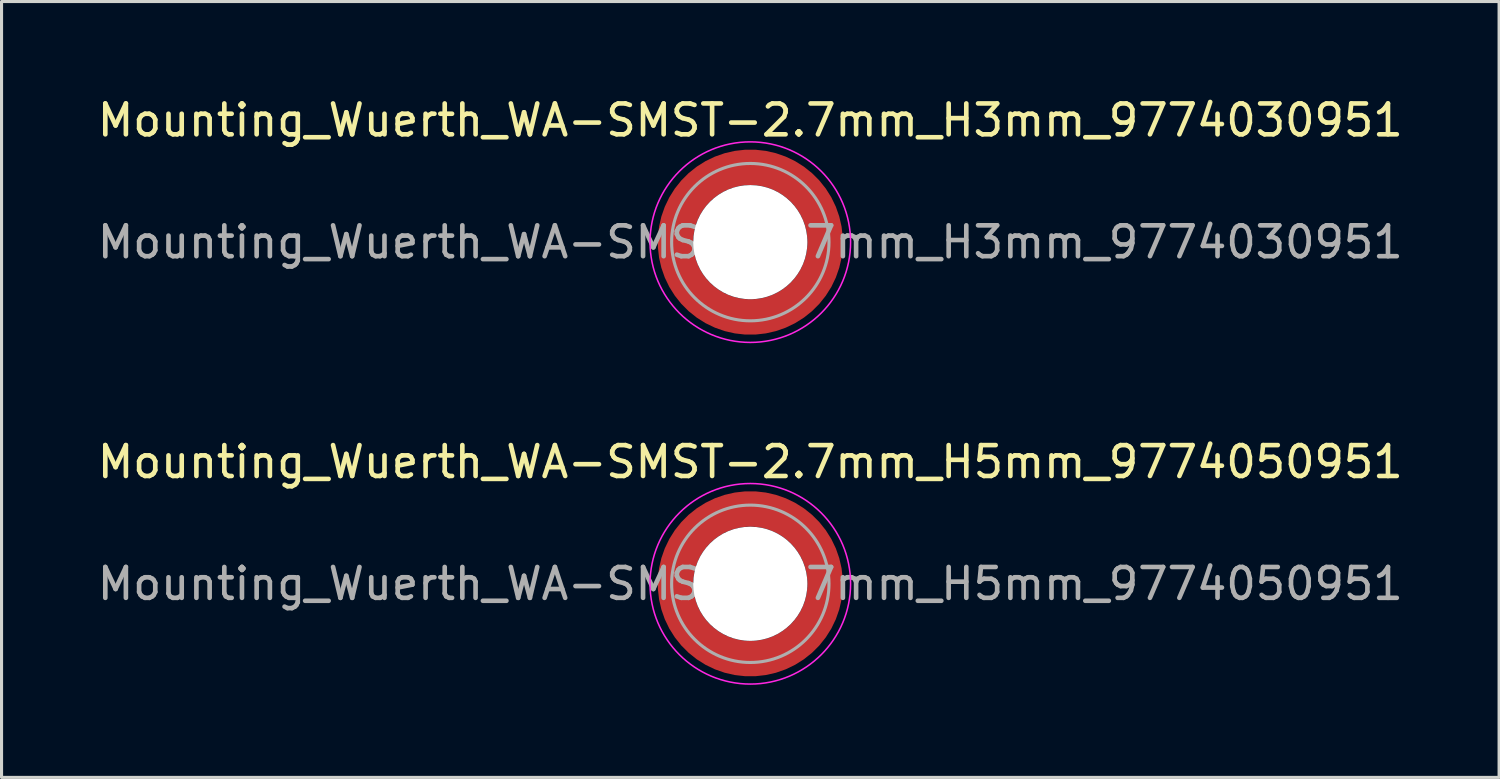
<source format=kicad_pcb>
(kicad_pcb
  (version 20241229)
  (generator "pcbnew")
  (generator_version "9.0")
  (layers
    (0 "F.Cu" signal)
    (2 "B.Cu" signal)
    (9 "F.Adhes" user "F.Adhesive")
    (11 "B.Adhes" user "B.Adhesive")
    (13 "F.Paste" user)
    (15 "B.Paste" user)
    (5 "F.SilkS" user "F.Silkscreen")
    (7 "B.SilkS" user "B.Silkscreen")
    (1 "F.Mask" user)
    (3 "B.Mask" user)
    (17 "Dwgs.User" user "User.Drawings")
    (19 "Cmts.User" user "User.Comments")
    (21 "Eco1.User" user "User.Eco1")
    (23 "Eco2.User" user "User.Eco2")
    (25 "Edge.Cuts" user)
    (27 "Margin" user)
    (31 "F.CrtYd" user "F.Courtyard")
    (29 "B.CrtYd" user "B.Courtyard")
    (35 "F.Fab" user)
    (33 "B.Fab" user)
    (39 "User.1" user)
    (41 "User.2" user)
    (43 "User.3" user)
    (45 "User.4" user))
  (footprint "Mounting_Wuerth_WA-SMST-2.7mm_H5mm_9774050951"
    (layer "F.Cu")
    (at 21.268 15.871)
    (property "Reference" "Mounting_Wuerth_WA-SMST-2.7mm_H5mm_9774050951" (at 0 -3.95 0) (layer "F.SilkS") (effects (font (size 1 1) (thickness 0.15))))
    (attr smd allow_soldermask_bridges)
    (fp_circle (center 0 0) (end 3.25 0) (stroke (width 0.05) (type solid)) (fill no) (layer "F.CrtYd"))
    (fp_circle (center 0 0) (end 2.55 0) (stroke (width 0.1) (type solid)) (fill no) (layer "F.Fab"))
    (fp_text user "${REFERENCE}" (at 0 0 0) (layer "F.Fab") (effects (font (size 1 1) (thickness 0.15))))
    (pad "" smd custom (at -1.704 -1.704) (size 0.51 0.51) (layers "F.Paste") (options (anchor circle)) (primitives (gr_arc (start -0.250195 1.279127) (mid 0.289914 0.289914) (end 1.279127 -0.250195) (width 0.2)) (gr_arc (start -0.34334 1.279127) (mid 0.225488 0.225488) (end 1.279127 -0.34334) (width 0.2)) (gr_arc (start -0.436309 1.279127) (mid 0.161063 0.161063) (end 1.279127 -0.436309) (width 0.2)) (gr_arc (start -0.529126 1.279127) (mid 0.096638 0.096638) (end 1.279127 -0.529126) (width 0.2)) (gr_arc (start -0.621807 1.279127) (mid 0.032213 0.032213) (end 1.279127 -0.621807) (width 0.2)) (gr_arc (start -0.71437 1.279127) (mid -0.032213 -0.032213) (end 1.279127 -0.71437) (width 0.2)) (gr_arc (start -0.806826 1.279127) (mid -0.096638 -0.096638) (end 1.279127 -0.806826) (width 0.2)) (gr_arc (start -0.899187 1.279127) (mid -0.161063 -0.161063) (end 1.279127 -0.899187) (width 0.2)) (gr_arc (start -0.991463 1.279127) (mid -0.225488 -0.225488) (end 1.279127 -0.991463) (width 0.2)) (gr_arc (start -1.083663 1.279127) (mid -0.289914 -0.289914) (end 1.279127 -1.083663) (width 0.2)) (gr_line (start 1.279 -0.25) (end 1.279 -1.084) (width 0.2)) (gr_line (start -0.25 1.279) (end -1.084 1.279) (width 0.2))))
    (pad "" smd custom (at -1.704 1.704) (size 0.51 0.51) (layers "F.Paste") (options (anchor circle)) (primitives (gr_arc (start 1.279127 0.250195) (mid 0.289914 -0.289914) (end -0.250195 -1.279127) (width 0.2)) (gr_arc (start 1.279127 0.34334) (mid 0.225488 -0.225488) (end -0.34334 -1.279127) (width 0.2)) (gr_arc (start 1.279127 0.436309) (mid 0.161063 -0.161063) (end -0.436309 -1.279127) (width 0.2)) (gr_arc (start 1.279127 0.529126) (mid 0.096638 -0.096638) (end -0.529126 -1.279127) (width 0.2)) (gr_arc (start 1.279127 0.621807) (mid 0.032213 -0.032213) (end -0.621807 -1.279127) (width 0.2)) (gr_arc (start 1.279127 0.71437) (mid -0.032213 0.032213) (end -0.71437 -1.279127) (width 0.2)) (gr_arc (start 1.279127 0.806826) (mid -0.096638 0.096638) (end -0.806826 -1.279127) (width 0.2)) (gr_arc (start 1.279127 0.899187) (mid -0.161063 0.161063) (end -0.899187 -1.279127) (width 0.2)) (gr_arc (start 1.279127 0.991463) (mid -0.225488 0.225488) (end -0.991463 -1.279127) (width 0.2)) (gr_arc (start 1.279127 1.083663) (mid -0.289914 0.289914) (end -1.083663 -1.279127) (width 0.2)) (gr_line (start -0.25 -1.279) (end -1.084 -1.279) (width 0.2)) (gr_line (start 1.279 0.25) (end 1.279 1.084) (width 0.2))))
    (pad "" np_thru_hole circle (at 0 0) (size 3.7 3.7) (drill 3.7) (layers "*.Cu" "*.Mask"))
    (pad "" smd custom (at 1.704 -1.704) (size 0.51 0.51) (layers "F.Paste") (options (anchor circle)) (primitives (gr_arc (start -1.279127 -0.250195) (mid -0.289914 0.289914) (end 0.250195 1.279127) (width 0.2)) (gr_arc (start -1.279127 -0.34334) (mid -0.225488 0.225488) (end 0.34334 1.279127) (width 0.2)) (gr_arc (start -1.279127 -0.436309) (mid -0.161063 0.161063) (end 0.436309 1.279127) (width 0.2)) (gr_arc (start -1.279127 -0.529126) (mid -0.096638 0.096638) (end 0.529126 1.279127) (width 0.2)) (gr_arc (start -1.279127 -0.621807) (mid -0.032213 0.032213) (end 0.621807 1.279127) (width 0.2)) (gr_arc (start -1.279127 -0.71437) (mid 0.032213 -0.032213) (end 0.71437 1.279127) (width 0.2)) (gr_arc (start -1.279127 -0.806826) (mid 0.096638 -0.096638) (end 0.806826 1.279127) (width 0.2)) (gr_arc (start -1.279127 -0.899187) (mid 0.161063 -0.161063) (end 0.899187 1.279127) (width 0.2)) (gr_arc (start -1.279127 -0.991463) (mid 0.225488 -0.225488) (end 0.991463 1.279127) (width 0.2)) (gr_arc (start -1.279127 -1.083663) (mid 0.289914 -0.289914) (end 1.083663 1.279127) (width 0.2)) (gr_line (start 0.25 1.279) (end 1.084 1.279) (width 0.2)) (gr_line (start -1.279 -0.25) (end -1.279 -1.084) (width 0.2))))
    (pad "" smd custom (at 1.704 1.704) (size 0.51 0.51) (layers "F.Paste") (options (anchor circle)) (primitives (gr_arc (start 0.250195 -1.279127) (mid -0.289914 -0.289914) (end -1.279127 0.250195) (width 0.2)) (gr_arc (start 0.34334 -1.279127) (mid -0.225488 -0.225488) (end -1.279127 0.34334) (width 0.2)) (gr_arc (start 0.436309 -1.279127) (mid -0.161063 -0.161063) (end -1.279127 0.436309) (width 0.2)) (gr_arc (start 0.529126 -1.279127) (mid -0.096638 -0.096638) (end -1.279127 0.529126) (width 0.2)) (gr_arc (start 0.621807 -1.279127) (mid -0.032213 -0.032213) (end -1.279127 0.621807) (width 0.2)) (gr_arc (start 0.71437 -1.279127) (mid 0.032213 0.032213) (end -1.279127 0.71437) (width 0.2)) (gr_arc (start 0.806826 -1.279127) (mid 0.096638 0.096638) (end -1.279127 0.806826) (width 0.2)) (gr_arc (start 0.899187 -1.279127) (mid 0.161063 0.161063) (end -1.279127 0.899187) (width 0.2)) (gr_arc (start 0.991463 -1.279127) (mid 0.225488 0.225488) (end -1.279127 0.991463) (width 0.2)) (gr_arc (start 1.083663 -1.279127) (mid 0.289914 0.289914) (end -1.279127 1.083663) (width 0.2)) (gr_line (start -1.279 0.25) (end -1.279 1.084) (width 0.2)) (gr_line (start 0.25 -1.279) (end 1.084 -1.279) (width 0.2))))
    (pad "1" smd circle (at -2.425 0) (size 0.642 0.642) (layers "F.Cu"))
    (pad "1" smd circle (at 0 -2.425) (size 0.642 0.642) (layers "F.Cu"))
    (pad "1" smd circle (at 0 2.425) (size 0.642 0.642) (layers "F.Cu"))
    (pad "1" smd custom (at 2.425 0) (size 1.15 1.15) (layers "F.Cu" "F.Mask") (options (anchor circle)) (primitives (gr_circle (center -2.425 0) (end 0 0) (width 1.15) (fill no)))))
  (footprint "Mounting_Wuerth_WA-SMST-2.7mm_H3mm_9774030951"
    (layer "F.Cu")
    (at 21.268 4.798)
    (property "Reference" "Mounting_Wuerth_WA-SMST-2.7mm_H3mm_9774030951" (at 0 -3.95 0) (layer "F.SilkS") (effects (font (size 1 1) (thickness 0.15))))
    (attr smd allow_soldermask_bridges)
    (fp_circle (center 0 0) (end 3.25 0) (stroke (width 0.05) (type solid)) (fill no) (layer "F.CrtYd"))
    (fp_circle (center 0 0) (end 2.55 0) (stroke (width 0.1) (type solid)) (fill no) (layer "F.Fab"))
    (fp_text user "${REFERENCE}" (at 0 0 0) (layer "F.Fab") (effects (font (size 1 1) (thickness 0.15))))
    (pad "" smd custom (at -1.704 -1.704) (size 0.51 0.51) (layers "F.Paste") (options (anchor circle)) (primitives (gr_arc (start -0.250195 1.279127) (mid 0.289914 0.289914) (end 1.279127 -0.250195) (width 0.2)) (gr_arc (start -0.34334 1.279127) (mid 0.225488 0.225488) (end 1.279127 -0.34334) (width 0.2)) (gr_arc (start -0.436309 1.279127) (mid 0.161063 0.161063) (end 1.279127 -0.436309) (width 0.2)) (gr_arc (start -0.529126 1.279127) (mid 0.096638 0.096638) (end 1.279127 -0.529126) (width 0.2)) (gr_arc (start -0.621807 1.279127) (mid 0.032213 0.032213) (end 1.279127 -0.621807) (width 0.2)) (gr_arc (start -0.71437 1.279127) (mid -0.032213 -0.032213) (end 1.279127 -0.71437) (width 0.2)) (gr_arc (start -0.806826 1.279127) (mid -0.096638 -0.096638) (end 1.279127 -0.806826) (width 0.2)) (gr_arc (start -0.899187 1.279127) (mid -0.161063 -0.161063) (end 1.279127 -0.899187) (width 0.2)) (gr_arc (start -0.991463 1.279127) (mid -0.225488 -0.225488) (end 1.279127 -0.991463) (width 0.2)) (gr_arc (start -1.083663 1.279127) (mid -0.289914 -0.289914) (end 1.279127 -1.083663) (width 0.2)) (gr_line (start 1.279 -0.25) (end 1.279 -1.084) (width 0.2)) (gr_line (start -0.25 1.279) (end -1.084 1.279) (width 0.2))))
    (pad "" smd custom (at -1.704 1.704) (size 0.51 0.51) (layers "F.Paste") (options (anchor circle)) (primitives (gr_arc (start 1.279127 0.250195) (mid 0.289914 -0.289914) (end -0.250195 -1.279127) (width 0.2)) (gr_arc (start 1.279127 0.34334) (mid 0.225488 -0.225488) (end -0.34334 -1.279127) (width 0.2)) (gr_arc (start 1.279127 0.436309) (mid 0.161063 -0.161063) (end -0.436309 -1.279127) (width 0.2)) (gr_arc (start 1.279127 0.529126) (mid 0.096638 -0.096638) (end -0.529126 -1.279127) (width 0.2)) (gr_arc (start 1.279127 0.621807) (mid 0.032213 -0.032213) (end -0.621807 -1.279127) (width 0.2)) (gr_arc (start 1.279127 0.71437) (mid -0.032213 0.032213) (end -0.71437 -1.279127) (width 0.2)) (gr_arc (start 1.279127 0.806826) (mid -0.096638 0.096638) (end -0.806826 -1.279127) (width 0.2)) (gr_arc (start 1.279127 0.899187) (mid -0.161063 0.161063) (end -0.899187 -1.279127) (width 0.2)) (gr_arc (start 1.279127 0.991463) (mid -0.225488 0.225488) (end -0.991463 -1.279127) (width 0.2)) (gr_arc (start 1.279127 1.083663) (mid -0.289914 0.289914) (end -1.083663 -1.279127) (width 0.2)) (gr_line (start -0.25 -1.279) (end -1.084 -1.279) (width 0.2)) (gr_line (start 1.279 0.25) (end 1.279 1.084) (width 0.2))))
    (pad "" np_thru_hole circle (at 0 0) (size 3.7 3.7) (drill 3.7) (layers "*.Cu" "*.Mask"))
    (pad "" smd custom (at 1.704 -1.704) (size 0.51 0.51) (layers "F.Paste") (options (anchor circle)) (primitives (gr_arc (start -1.279127 -0.250195) (mid -0.289914 0.289914) (end 0.250195 1.279127) (width 0.2)) (gr_arc (start -1.279127 -0.34334) (mid -0.225488 0.225488) (end 0.34334 1.279127) (width 0.2)) (gr_arc (start -1.279127 -0.436309) (mid -0.161063 0.161063) (end 0.436309 1.279127) (width 0.2)) (gr_arc (start -1.279127 -0.529126) (mid -0.096638 0.096638) (end 0.529126 1.279127) (width 0.2)) (gr_arc (start -1.279127 -0.621807) (mid -0.032213 0.032213) (end 0.621807 1.279127) (width 0.2)) (gr_arc (start -1.279127 -0.71437) (mid 0.032213 -0.032213) (end 0.71437 1.279127) (width 0.2)) (gr_arc (start -1.279127 -0.806826) (mid 0.096638 -0.096638) (end 0.806826 1.279127) (width 0.2)) (gr_arc (start -1.279127 -0.899187) (mid 0.161063 -0.161063) (end 0.899187 1.279127) (width 0.2)) (gr_arc (start -1.279127 -0.991463) (mid 0.225488 -0.225488) (end 0.991463 1.279127) (width 0.2)) (gr_arc (start -1.279127 -1.083663) (mid 0.289914 -0.289914) (end 1.083663 1.279127) (width 0.2)) (gr_line (start 0.25 1.279) (end 1.084 1.279) (width 0.2)) (gr_line (start -1.279 -0.25) (end -1.279 -1.084) (width 0.2))))
    (pad "" smd custom (at 1.704 1.704) (size 0.51 0.51) (layers "F.Paste") (options (anchor circle)) (primitives (gr_arc (start 0.250195 -1.279127) (mid -0.289914 -0.289914) (end -1.279127 0.250195) (width 0.2)) (gr_arc (start 0.34334 -1.279127) (mid -0.225488 -0.225488) (end -1.279127 0.34334) (width 0.2)) (gr_arc (start 0.436309 -1.279127) (mid -0.161063 -0.161063) (end -1.279127 0.436309) (width 0.2)) (gr_arc (start 0.529126 -1.279127) (mid -0.096638 -0.096638) (end -1.279127 0.529126) (width 0.2)) (gr_arc (start 0.621807 -1.279127) (mid -0.032213 -0.032213) (end -1.279127 0.621807) (width 0.2)) (gr_arc (start 0.71437 -1.279127) (mid 0.032213 0.032213) (end -1.279127 0.71437) (width 0.2)) (gr_arc (start 0.806826 -1.279127) (mid 0.096638 0.096638) (end -1.279127 0.806826) (width 0.2)) (gr_arc (start 0.899187 -1.279127) (mid 0.161063 0.161063) (end -1.279127 0.899187) (width 0.2)) (gr_arc (start 0.991463 -1.279127) (mid 0.225488 0.225488) (end -1.279127 0.991463) (width 0.2)) (gr_arc (start 1.083663 -1.279127) (mid 0.289914 0.289914) (end -1.279127 1.083663) (width 0.2)) (gr_line (start -1.279 0.25) (end -1.279 1.084) (width 0.2)) (gr_line (start 0.25 -1.279) (end 1.084 -1.279) (width 0.2))))
    (pad "1" smd circle (at -2.425 0) (size 0.642 0.642) (layers "F.Cu"))
    (pad "1" smd circle (at 0 -2.425) (size 0.642 0.642) (layers "F.Cu"))
    (pad "1" smd circle (at 0 2.425) (size 0.642 0.642) (layers "F.Cu"))
    (pad "1" smd custom (at 2.425 0) (size 1.15 1.15) (layers "F.Cu" "F.Mask") (options (anchor circle)) (primitives (gr_circle (center -2.425 0) (end 0 0) (width 1.15) (fill no)))))
  (gr_rect
    (start -3 -3)
    (end 45.536 22.146)
    (stroke (width 0.1) (type default))
    (fill no)
    (layer "Edge.Cuts")))
</source>
